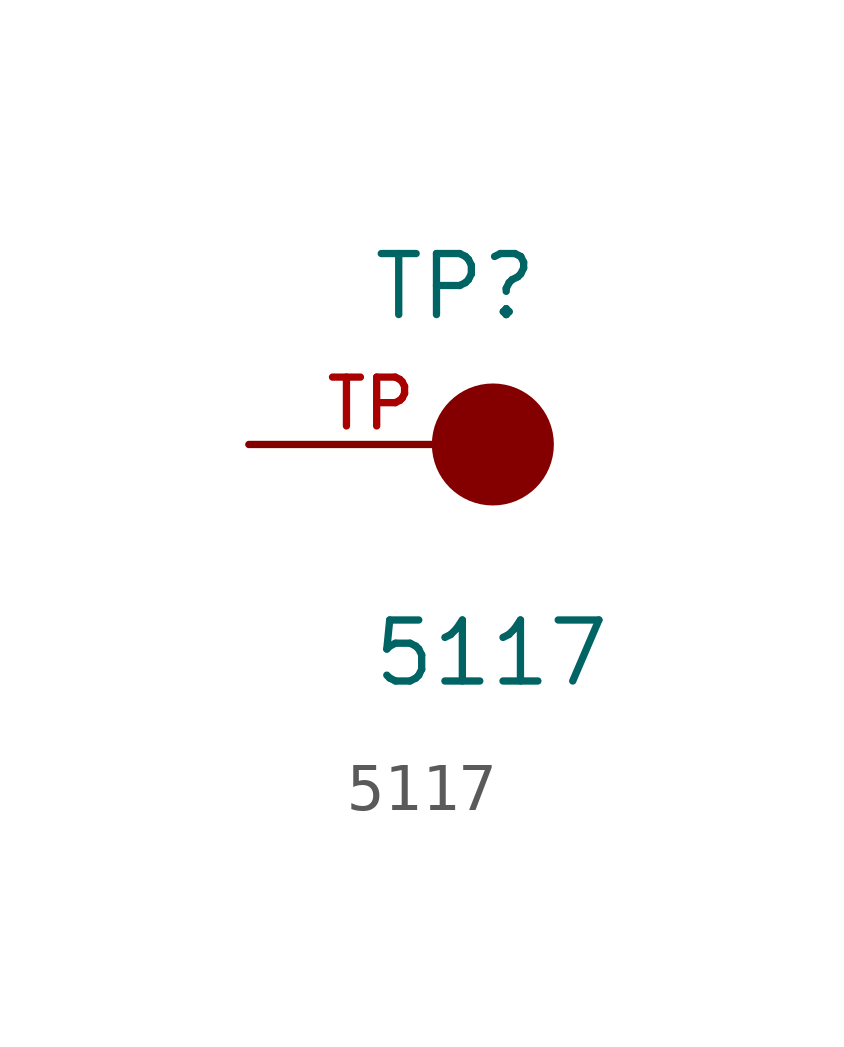
<source format=kicad_sym>
(kicad_symbol_lib
  (version 20211014)
  (generator kicad_symbol_editor)
  (symbol "5117"
    (pin_names
      (offset 1.016))
    (property "Reference" "TP"
      (at -2.544 2.541 0)
      (effects (font (size 1.27 1.27)) (justify bottom left)))
    (property "Value" "5117"
      (at -2.55 -5.087 0)
      (effects (font (size 1.27 1.27)) (justify bottom left)))
    (symbol "5117_0_0"
      (circle (center 0.0 0.0) (radius 0.635) (stroke (width 1.27)) (fill (type none)))
      (pin passive line (at -5.08 0.0 0) (length 5.08) (name "~" (effects (font (size 1.016 1.016)))) (number "TP" (effects (font (size 1.016 1.016))))))))
</source>
